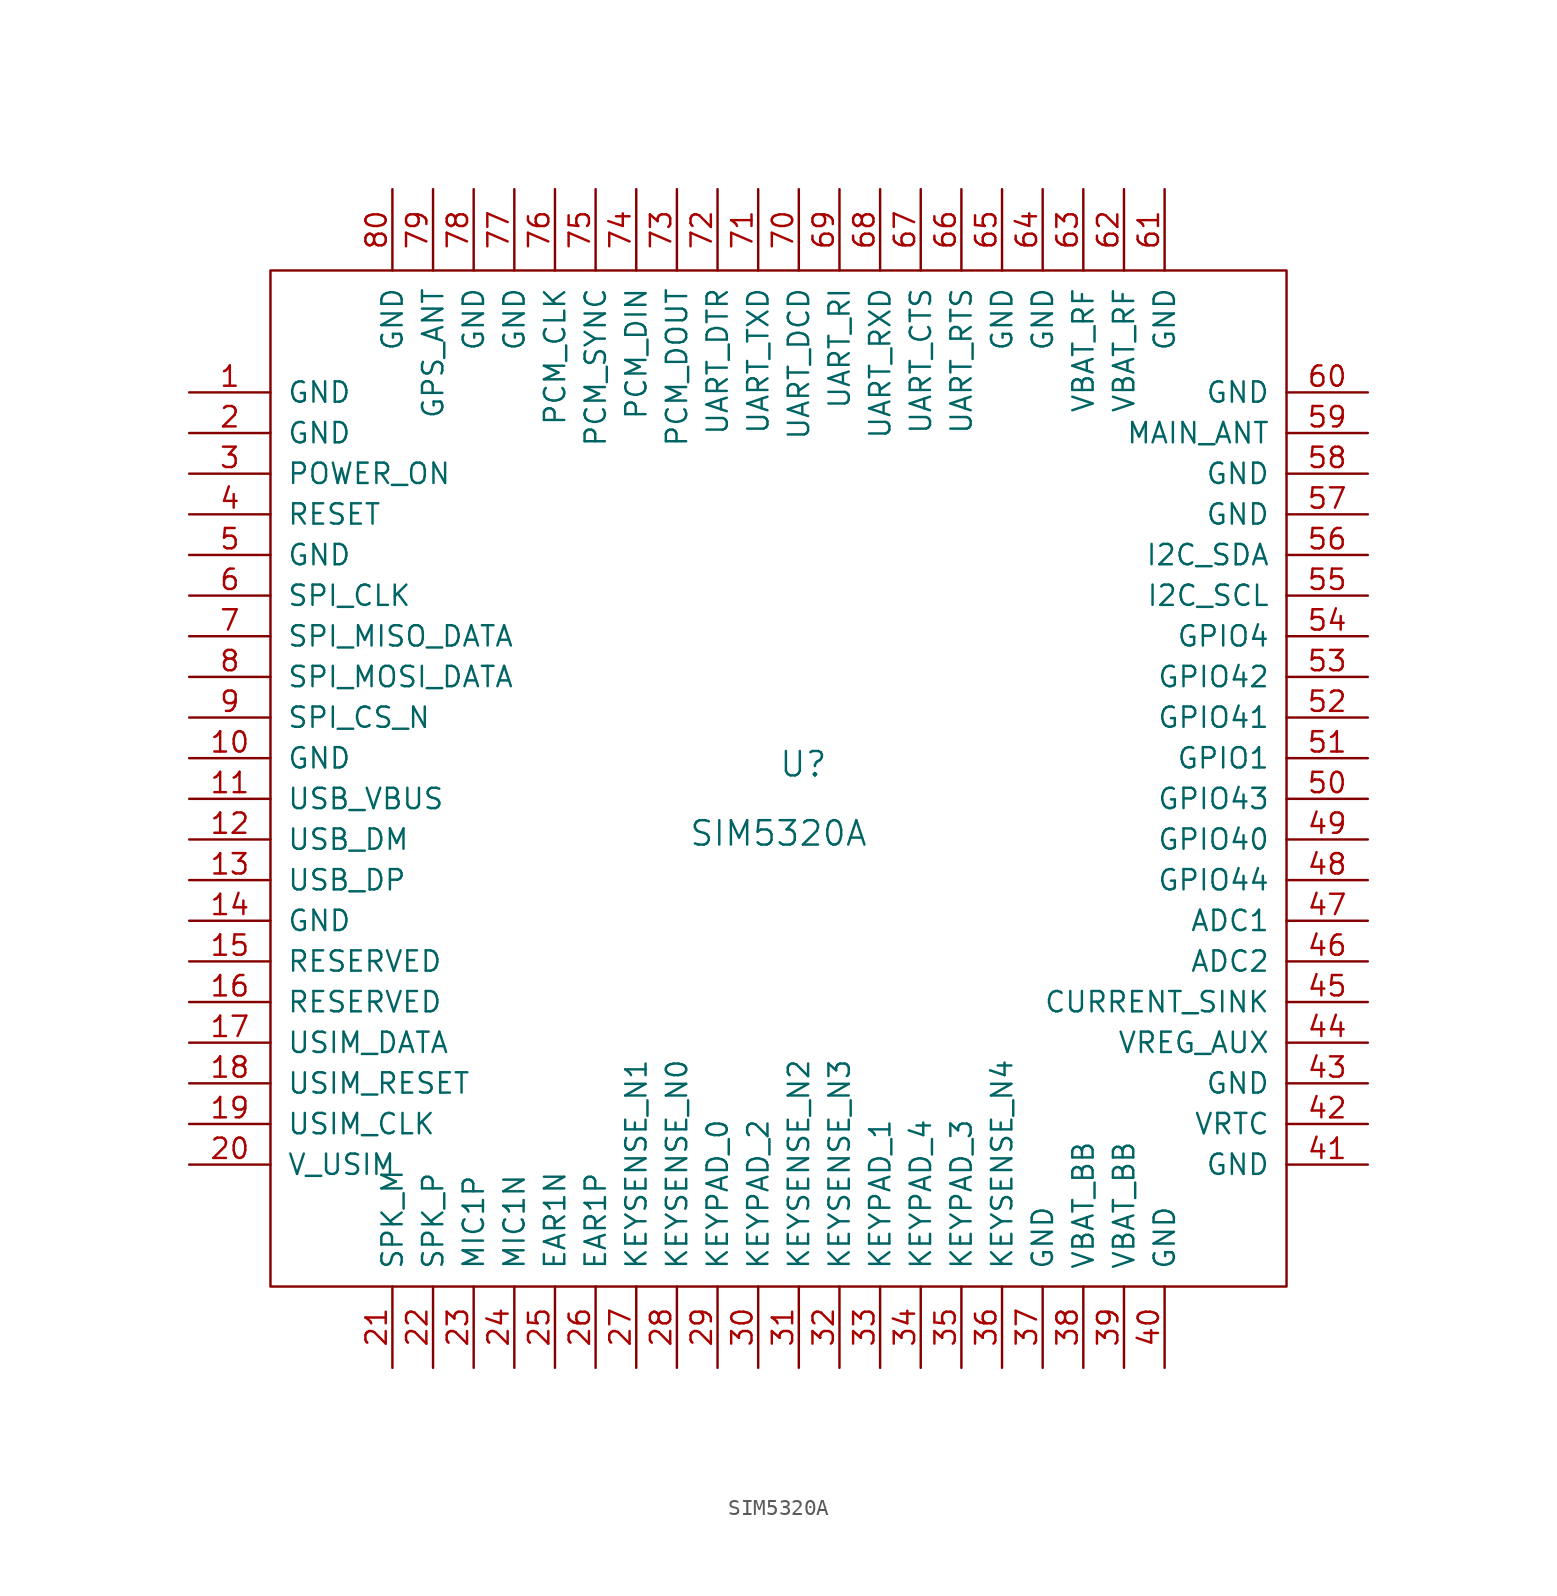
<source format=kicad_sym>
(kicad_symbol_lib
  (version 20211014)
  (generator kicad_symbol_editor)
  (symbol "SIM5320A"
    (pin_names
      (offset 1.016))
    (property "Reference" "U"
      (at 0 0 0)
      (effects (font (size 1.524 1.524)) (justify left bottom)))
    (property "Value" "SIM5320A"
      (at 0 -2.54 0)
      (effects (font (size 1.524 1.524)) (justify top)))
    (symbol "SIM5320A_0_1"
      (rectangle (start 31.75 31.75) (end -31.75 -31.75) (stroke (width 0) (type default) (color 0 0 0 0)) (fill (type none))))
    (symbol "SIM5320A_1_1"
      (pin unspecified line (at -36.83 24.13 0) (length 5.08) (name "GND" (effects (font (size 1.27 1.27)))) (number "1" (effects (font (size 1.27 1.27)))))
      (pin unspecified line (at -36.83 1.27 0) (length 5.08) (name "GND" (effects (font (size 1.27 1.27)))) (number "10" (effects (font (size 1.27 1.27)))))
      (pin unspecified line (at -36.83 -1.27 0) (length 5.08) (name "USB_VBUS" (effects (font (size 1.27 1.27)))) (number "11" (effects (font (size 1.27 1.27)))))
      (pin unspecified line (at -36.83 -3.81 0) (length 5.08) (name "USB_DM" (effects (font (size 1.27 1.27)))) (number "12" (effects (font (size 1.27 1.27)))))
      (pin unspecified line (at -36.83 -6.35 0) (length 5.08) (name "USB_DP" (effects (font (size 1.27 1.27)))) (number "13" (effects (font (size 1.27 1.27)))))
      (pin unspecified line (at -36.83 -8.89 0) (length 5.08) (name "GND" (effects (font (size 1.27 1.27)))) (number "14" (effects (font (size 1.27 1.27)))))
      (pin unspecified line (at -36.83 -11.43 0) (length 5.08) (name "RESERVED" (effects (font (size 1.27 1.27)))) (number "15" (effects (font (size 1.27 1.27)))))
      (pin unspecified line (at -36.83 -13.97 0) (length 5.08) (name "RESERVED" (effects (font (size 1.27 1.27)))) (number "16" (effects (font (size 1.27 1.27)))))
      (pin unspecified line (at -36.83 -16.51 0) (length 5.08) (name "USIM_DATA" (effects (font (size 1.27 1.27)))) (number "17" (effects (font (size 1.27 1.27)))))
      (pin unspecified line (at -36.83 -19.05 0) (length 5.08) (name "USIM_RESET" (effects (font (size 1.27 1.27)))) (number "18" (effects (font (size 1.27 1.27)))))
      (pin unspecified line (at -36.83 -21.59 0) (length 5.08) (name "USIM_CLK" (effects (font (size 1.27 1.27)))) (number "19" (effects (font (size 1.27 1.27)))))
      (pin unspecified line (at -36.83 21.59 0) (length 5.08) (name "GND" (effects (font (size 1.27 1.27)))) (number "2" (effects (font (size 1.27 1.27)))))
      (pin unspecified line (at -36.83 -24.13 0) (length 5.08) (name "V_USIM" (effects (font (size 1.27 1.27)))) (number "20" (effects (font (size 1.27 1.27)))))
      (pin unspecified line (at -24.13 -36.83 90) (length 5.08) (name "SPK_M" (effects (font (size 1.27 1.27)))) (number "21" (effects (font (size 1.27 1.27)))))
      (pin unspecified line (at -21.59 -36.83 90) (length 5.08) (name "SPK_P" (effects (font (size 1.27 1.27)))) (number "22" (effects (font (size 1.27 1.27)))))
      (pin unspecified line (at -19.05 -36.83 90) (length 5.08) (name "MIC1P" (effects (font (size 1.27 1.27)))) (number "23" (effects (font (size 1.27 1.27)))))
      (pin unspecified line (at -16.51 -36.83 90) (length 5.08) (name "MIC1N" (effects (font (size 1.27 1.27)))) (number "24" (effects (font (size 1.27 1.27)))))
      (pin unspecified line (at -13.97 -36.83 90) (length 5.08) (name "EAR1N" (effects (font (size 1.27 1.27)))) (number "25" (effects (font (size 1.27 1.27)))))
      (pin unspecified line (at -11.43 -36.83 90) (length 5.08) (name "EAR1P" (effects (font (size 1.27 1.27)))) (number "26" (effects (font (size 1.27 1.27)))))
      (pin unspecified line (at -8.89 -36.83 90) (length 5.08) (name "KEYSENSE_N1" (effects (font (size 1.27 1.27)))) (number "27" (effects (font (size 1.27 1.27)))))
      (pin unspecified line (at -6.35 -36.83 90) (length 5.08) (name "KEYSENSE_N0" (effects (font (size 1.27 1.27)))) (number "28" (effects (font (size 1.27 1.27)))))
      (pin unspecified line (at -3.81 -36.83 90) (length 5.08) (name "KEYPAD_0" (effects (font (size 1.27 1.27)))) (number "29" (effects (font (size 1.27 1.27)))))
      (pin unspecified line (at -36.83 19.05 0) (length 5.08) (name "POWER_ON" (effects (font (size 1.27 1.27)))) (number "3" (effects (font (size 1.27 1.27)))))
      (pin unspecified line (at -1.27 -36.83 90) (length 5.08) (name "KEYPAD_2" (effects (font (size 1.27 1.27)))) (number "30" (effects (font (size 1.27 1.27)))))
      (pin unspecified line (at 1.27 -36.83 90) (length 5.08) (name "KEYSENSE_N2" (effects (font (size 1.27 1.27)))) (number "31" (effects (font (size 1.27 1.27)))))
      (pin unspecified line (at 3.81 -36.83 90) (length 5.08) (name "KEYSENSE_N3" (effects (font (size 1.27 1.27)))) (number "32" (effects (font (size 1.27 1.27)))))
      (pin unspecified line (at 6.35 -36.83 90) (length 5.08) (name "KEYPAD_1" (effects (font (size 1.27 1.27)))) (number "33" (effects (font (size 1.27 1.27)))))
      (pin unspecified line (at 8.89 -36.83 90) (length 5.08) (name "KEYPAD_4" (effects (font (size 1.27 1.27)))) (number "34" (effects (font (size 1.27 1.27)))))
      (pin unspecified line (at 11.43 -36.83 90) (length 5.08) (name "KEYPAD_3" (effects (font (size 1.27 1.27)))) (number "35" (effects (font (size 1.27 1.27)))))
      (pin unspecified line (at 13.97 -36.83 90) (length 5.08) (name "KEYSENSE_N4" (effects (font (size 1.27 1.27)))) (number "36" (effects (font (size 1.27 1.27)))))
      (pin unspecified line (at 16.51 -36.83 90) (length 5.08) (name "GND" (effects (font (size 1.27 1.27)))) (number "37" (effects (font (size 1.27 1.27)))))
      (pin unspecified line (at 19.05 -36.83 90) (length 5.08) (name "VBAT_BB" (effects (font (size 1.27 1.27)))) (number "38" (effects (font (size 1.27 1.27)))))
      (pin unspecified line (at 21.59 -36.83 90) (length 5.08) (name "VBAT_BB" (effects (font (size 1.27 1.27)))) (number "39" (effects (font (size 1.27 1.27)))))
      (pin unspecified line (at -36.83 16.51 0) (length 5.08) (name "RESET" (effects (font (size 1.27 1.27)))) (number "4" (effects (font (size 1.27 1.27)))))
      (pin unspecified line (at 24.13 -36.83 90) (length 5.08) (name "GND" (effects (font (size 1.27 1.27)))) (number "40" (effects (font (size 1.27 1.27)))))
      (pin unspecified line (at 36.83 -24.13 180) (length 5.08) (name "GND" (effects (font (size 1.27 1.27)))) (number "41" (effects (font (size 1.27 1.27)))))
      (pin unspecified line (at 36.83 -21.59 180) (length 5.08) (name "VRTC" (effects (font (size 1.27 1.27)))) (number "42" (effects (font (size 1.27 1.27)))))
      (pin unspecified line (at 36.83 -19.05 180) (length 5.08) (name "GND" (effects (font (size 1.27 1.27)))) (number "43" (effects (font (size 1.27 1.27)))))
      (pin unspecified line (at 36.83 -16.51 180) (length 5.08) (name "VREG_AUX" (effects (font (size 1.27 1.27)))) (number "44" (effects (font (size 1.27 1.27)))))
      (pin unspecified line (at 36.83 -13.97 180) (length 5.08) (name "CURRENT_SINK" (effects (font (size 1.27 1.27)))) (number "45" (effects (font (size 1.27 1.27)))))
      (pin unspecified line (at 36.83 -11.43 180) (length 5.08) (name "ADC2" (effects (font (size 1.27 1.27)))) (number "46" (effects (font (size 1.27 1.27)))))
      (pin unspecified line (at 36.83 -8.89 180) (length 5.08) (name "ADC1" (effects (font (size 1.27 1.27)))) (number "47" (effects (font (size 1.27 1.27)))))
      (pin unspecified line (at 36.83 -6.35 180) (length 5.08) (name "GPIO44" (effects (font (size 1.27 1.27)))) (number "48" (effects (font (size 1.27 1.27)))))
      (pin unspecified line (at 36.83 -3.81 180) (length 5.08) (name "GPIO40" (effects (font (size 1.27 1.27)))) (number "49" (effects (font (size 1.27 1.27)))))
      (pin unspecified line (at -36.83 13.97 0) (length 5.08) (name "GND" (effects (font (size 1.27 1.27)))) (number "5" (effects (font (size 1.27 1.27)))))
      (pin unspecified line (at 36.83 -1.27 180) (length 5.08) (name "GPIO43" (effects (font (size 1.27 1.27)))) (number "50" (effects (font (size 1.27 1.27)))))
      (pin unspecified line (at 36.83 1.27 180) (length 5.08) (name "GPIO1" (effects (font (size 1.27 1.27)))) (number "51" (effects (font (size 1.27 1.27)))))
      (pin unspecified line (at 36.83 3.81 180) (length 5.08) (name "GPIO41" (effects (font (size 1.27 1.27)))) (number "52" (effects (font (size 1.27 1.27)))))
      (pin unspecified line (at 36.83 6.35 180) (length 5.08) (name "GPIO42" (effects (font (size 1.27 1.27)))) (number "53" (effects (font (size 1.27 1.27)))))
      (pin unspecified line (at 36.83 8.89 180) (length 5.08) (name "GPIO4" (effects (font (size 1.27 1.27)))) (number "54" (effects (font (size 1.27 1.27)))))
      (pin unspecified line (at 36.83 11.43 180) (length 5.08) (name "I2C_SCL" (effects (font (size 1.27 1.27)))) (number "55" (effects (font (size 1.27 1.27)))))
      (pin unspecified line (at 36.83 13.97 180) (length 5.08) (name "I2C_SDA" (effects (font (size 1.27 1.27)))) (number "56" (effects (font (size 1.27 1.27)))))
      (pin unspecified line (at 36.83 16.51 180) (length 5.08) (name "GND" (effects (font (size 1.27 1.27)))) (number "57" (effects (font (size 1.27 1.27)))))
      (pin unspecified line (at 36.83 19.05 180) (length 5.08) (name "GND" (effects (font (size 1.27 1.27)))) (number "58" (effects (font (size 1.27 1.27)))))
      (pin unspecified line (at 36.83 21.59 180) (length 5.08) (name "MAIN_ANT" (effects (font (size 1.27 1.27)))) (number "59" (effects (font (size 1.27 1.27)))))
      (pin unspecified line (at -36.83 11.43 0) (length 5.08) (name "SPI_CLK" (effects (font (size 1.27 1.27)))) (number "6" (effects (font (size 1.27 1.27)))))
      (pin unspecified line (at 36.83 24.13 180) (length 5.08) (name "GND" (effects (font (size 1.27 1.27)))) (number "60" (effects (font (size 1.27 1.27)))))
      (pin unspecified line (at 24.13 36.83 270) (length 5.08) (name "GND" (effects (font (size 1.27 1.27)))) (number "61" (effects (font (size 1.27 1.27)))))
      (pin unspecified line (at 21.59 36.83 270) (length 5.08) (name "VBAT_RF" (effects (font (size 1.27 1.27)))) (number "62" (effects (font (size 1.27 1.27)))))
      (pin unspecified line (at 19.05 36.83 270) (length 5.08) (name "VBAT_RF" (effects (font (size 1.27 1.27)))) (number "63" (effects (font (size 1.27 1.27)))))
      (pin unspecified line (at 16.51 36.83 270) (length 5.08) (name "GND" (effects (font (size 1.27 1.27)))) (number "64" (effects (font (size 1.27 1.27)))))
      (pin unspecified line (at 13.97 36.83 270) (length 5.08) (name "GND" (effects (font (size 1.27 1.27)))) (number "65" (effects (font (size 1.27 1.27)))))
      (pin unspecified line (at 11.43 36.83 270) (length 5.08) (name "UART_RTS" (effects (font (size 1.27 1.27)))) (number "66" (effects (font (size 1.27 1.27)))))
      (pin unspecified line (at 8.89 36.83 270) (length 5.08) (name "UART_CTS" (effects (font (size 1.27 1.27)))) (number "67" (effects (font (size 1.27 1.27)))))
      (pin unspecified line (at 6.35 36.83 270) (length 5.08) (name "UART_RXD" (effects (font (size 1.27 1.27)))) (number "68" (effects (font (size 1.27 1.27)))))
      (pin unspecified line (at 3.81 36.83 270) (length 5.08) (name "UART_RI" (effects (font (size 1.27 1.27)))) (number "69" (effects (font (size 1.27 1.27)))))
      (pin unspecified line (at -36.83 8.89 0) (length 5.08) (name "SPI_MISO_DATA" (effects (font (size 1.27 1.27)))) (number "7" (effects (font (size 1.27 1.27)))))
      (pin unspecified line (at 1.27 36.83 270) (length 5.08) (name "UART_DCD" (effects (font (size 1.27 1.27)))) (number "70" (effects (font (size 1.27 1.27)))))
      (pin unspecified line (at -1.27 36.83 270) (length 5.08) (name "UART_TXD" (effects (font (size 1.27 1.27)))) (number "71" (effects (font (size 1.27 1.27)))))
      (pin unspecified line (at -3.81 36.83 270) (length 5.08) (name "UART_DTR" (effects (font (size 1.27 1.27)))) (number "72" (effects (font (size 1.27 1.27)))))
      (pin unspecified line (at -6.35 36.83 270) (length 5.08) (name "PCM_DOUT" (effects (font (size 1.27 1.27)))) (number "73" (effects (font (size 1.27 1.27)))))
      (pin unspecified line (at -8.89 36.83 270) (length 5.08) (name "PCM_DIN" (effects (font (size 1.27 1.27)))) (number "74" (effects (font (size 1.27 1.27)))))
      (pin unspecified line (at -11.43 36.83 270) (length 5.08) (name "PCM_SYNC" (effects (font (size 1.27 1.27)))) (number "75" (effects (font (size 1.27 1.27)))))
      (pin unspecified line (at -13.97 36.83 270) (length 5.08) (name "PCM_CLK" (effects (font (size 1.27 1.27)))) (number "76" (effects (font (size 1.27 1.27)))))
      (pin unspecified line (at -16.51 36.83 270) (length 5.08) (name "GND" (effects (font (size 1.27 1.27)))) (number "77" (effects (font (size 1.27 1.27)))))
      (pin unspecified line (at -19.05 36.83 270) (length 5.08) (name "GND" (effects (font (size 1.27 1.27)))) (number "78" (effects (font (size 1.27 1.27)))))
      (pin unspecified line (at -21.59 36.83 270) (length 5.08) (name "GPS_ANT" (effects (font (size 1.27 1.27)))) (number "79" (effects (font (size 1.27 1.27)))))
      (pin unspecified line (at -36.83 6.35 0) (length 5.08) (name "SPI_MOSI_DATA" (effects (font (size 1.27 1.27)))) (number "8" (effects (font (size 1.27 1.27)))))
      (pin unspecified line (at -24.13 36.83 270) (length 5.08) (name "GND" (effects (font (size 1.27 1.27)))) (number "80" (effects (font (size 1.27 1.27)))))
      (pin unspecified line (at -36.83 3.81 0) (length 5.08) (name "SPI_CS_N" (effects (font (size 1.27 1.27)))) (number "9" (effects (font (size 1.27 1.27))))))))
</source>
